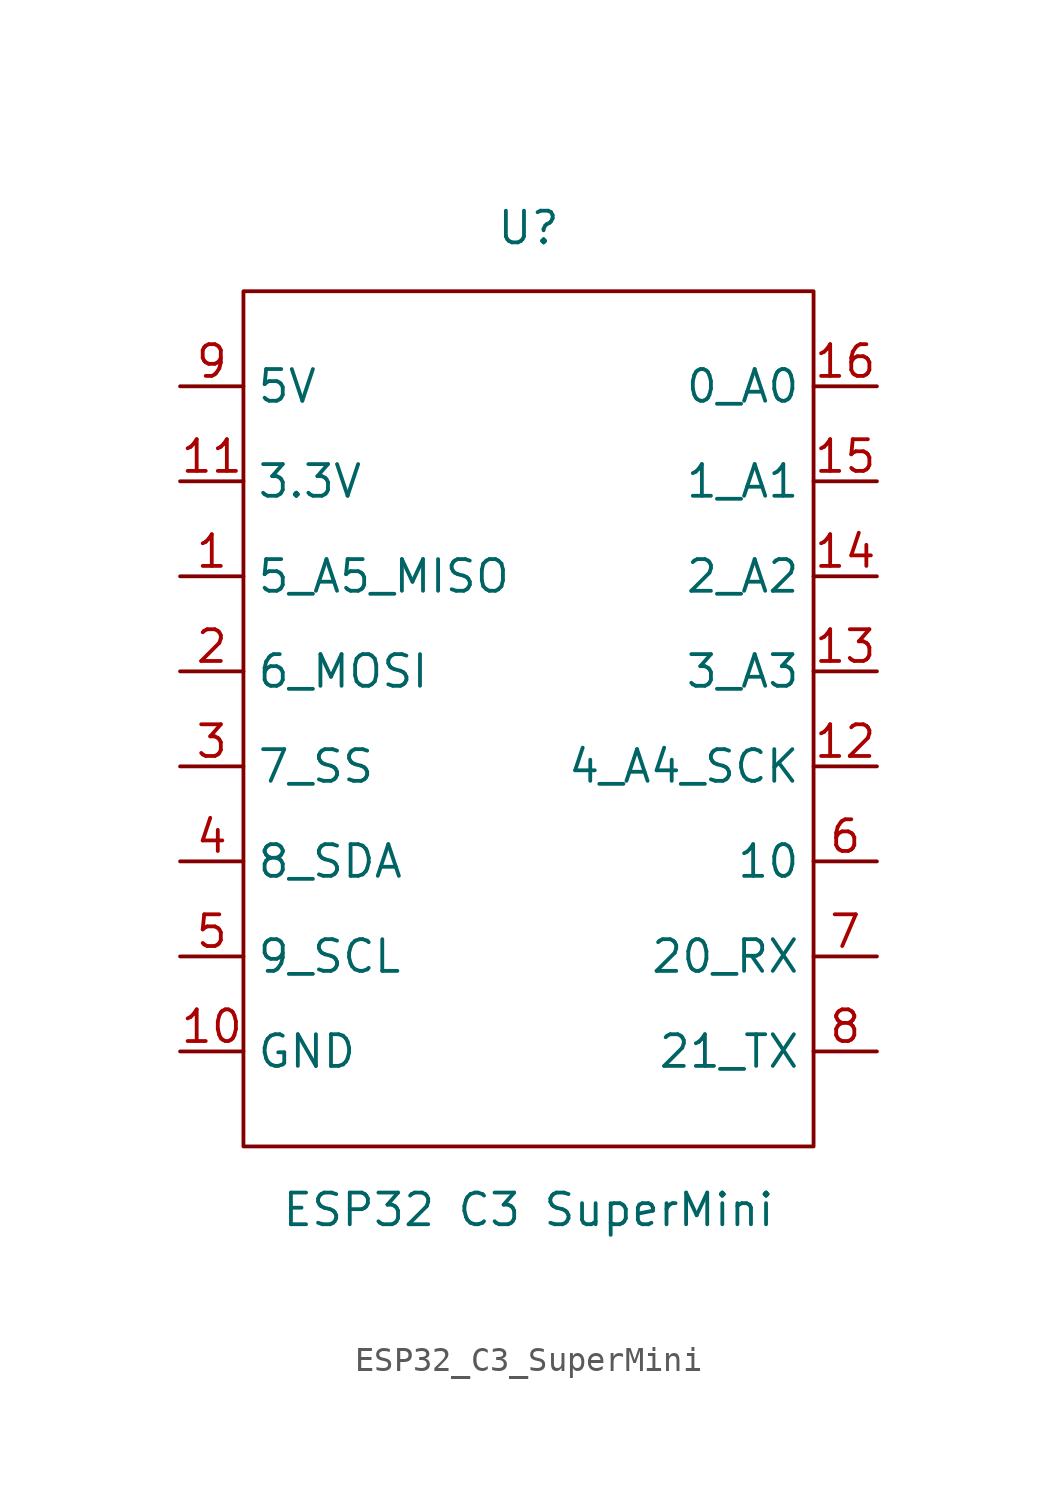
<source format=kicad_sym>
(kicad_symbol_lib
  (version 20241209)
  (generator "kicad_symbol_editor")
  (generator_version "9.0")
  (symbol "ESP32_C3_SuperMini"
    (property "Reference" "U"
      (at 0 19.05 0)
      (effects (font (size 1.27 1.27))))
    (property "Value" "ESP32 C3 SuperMini"
      (at 0 -20.32 0)
      (effects (font (size 1.27 1.27))))
    (symbol "ESP32_C3_SuperMini_0_1"
      (rectangle (start -11.43 -17.78) (end 11.43 16.51) (stroke (width 0) (type default)) (fill (type none))))
    (symbol "ESP32_C3_SuperMini_1_1"
      (pin passive line (at -13.97 12.7 0) (length 2.54) (name "5V" (effects (font (size 1.27 1.27)))) (number "9" (effects (font (size 1.27 1.27)))))
      (pin passive line (at -13.97 8.89 0) (length 2.54) (name "3.3V" (effects (font (size 1.27 1.27)))) (number "11" (effects (font (size 1.27 1.27)))))
      (pin passive line (at -13.97 5.08 0) (length 2.54) (name "5_A5_MISO" (effects (font (size 1.27 1.27)))) (number "1" (effects (font (size 1.27 1.27)))))
      (pin passive line (at -13.97 1.27 0) (length 2.54) (name "6_MOSI" (effects (font (size 1.27 1.27)))) (number "2" (effects (font (size 1.27 1.27)))))
      (pin passive line (at -13.97 -2.54 0) (length 2.54) (name "7_SS" (effects (font (size 1.27 1.27)))) (number "3" (effects (font (size 1.27 1.27)))))
      (pin passive line (at -13.97 -6.35 0) (length 2.54) (name "8_SDA" (effects (font (size 1.27 1.27)))) (number "4" (effects (font (size 1.27 1.27)))))
      (pin passive line (at -13.97 -10.16 0) (length 2.54) (name "9_SCL" (effects (font (size 1.27 1.27)))) (number "5" (effects (font (size 1.27 1.27)))))
      (pin passive line (at -13.97 -13.97 0) (length 2.54) (name "GND" (effects (font (size 1.27 1.27)))) (number "10" (effects (font (size 1.27 1.27)))))
      (pin passive line (at 13.97 12.7 180) (length 2.54) (name "0_A0" (effects (font (size 1.27 1.27)))) (number "16" (effects (font (size 1.27 1.27)))))
      (pin passive line (at 13.97 8.89 180) (length 2.54) (name "1_A1" (effects (font (size 1.27 1.27)))) (number "15" (effects (font (size 1.27 1.27)))))
      (pin passive line (at 13.97 5.08 180) (length 2.54) (name "2_A2" (effects (font (size 1.27 1.27)))) (number "14" (effects (font (size 1.27 1.27)))))
      (pin passive line (at 13.97 1.27 180) (length 2.54) (name "3_A3" (effects (font (size 1.27 1.27)))) (number "13" (effects (font (size 1.27 1.27)))))
      (pin passive line (at 13.97 -2.54 180) (length 2.54) (name "4_A4_SCK" (effects (font (size 1.27 1.27)))) (number "12" (effects (font (size 1.27 1.27)))))
      (pin passive line (at 13.97 -6.35 180) (length 2.54) (name "10" (effects (font (size 1.27 1.27)))) (number "6" (effects (font (size 1.27 1.27)))))
      (pin passive line (at 13.97 -10.16 180) (length 2.54) (name "20_RX" (effects (font (size 1.27 1.27)))) (number "7" (effects (font (size 1.27 1.27)))))
      (pin passive line (at 13.97 -13.97 180) (length 2.54) (name "21_TX" (effects (font (size 1.27 1.27)))) (number "8" (effects (font (size 1.27 1.27))))))))
</source>
